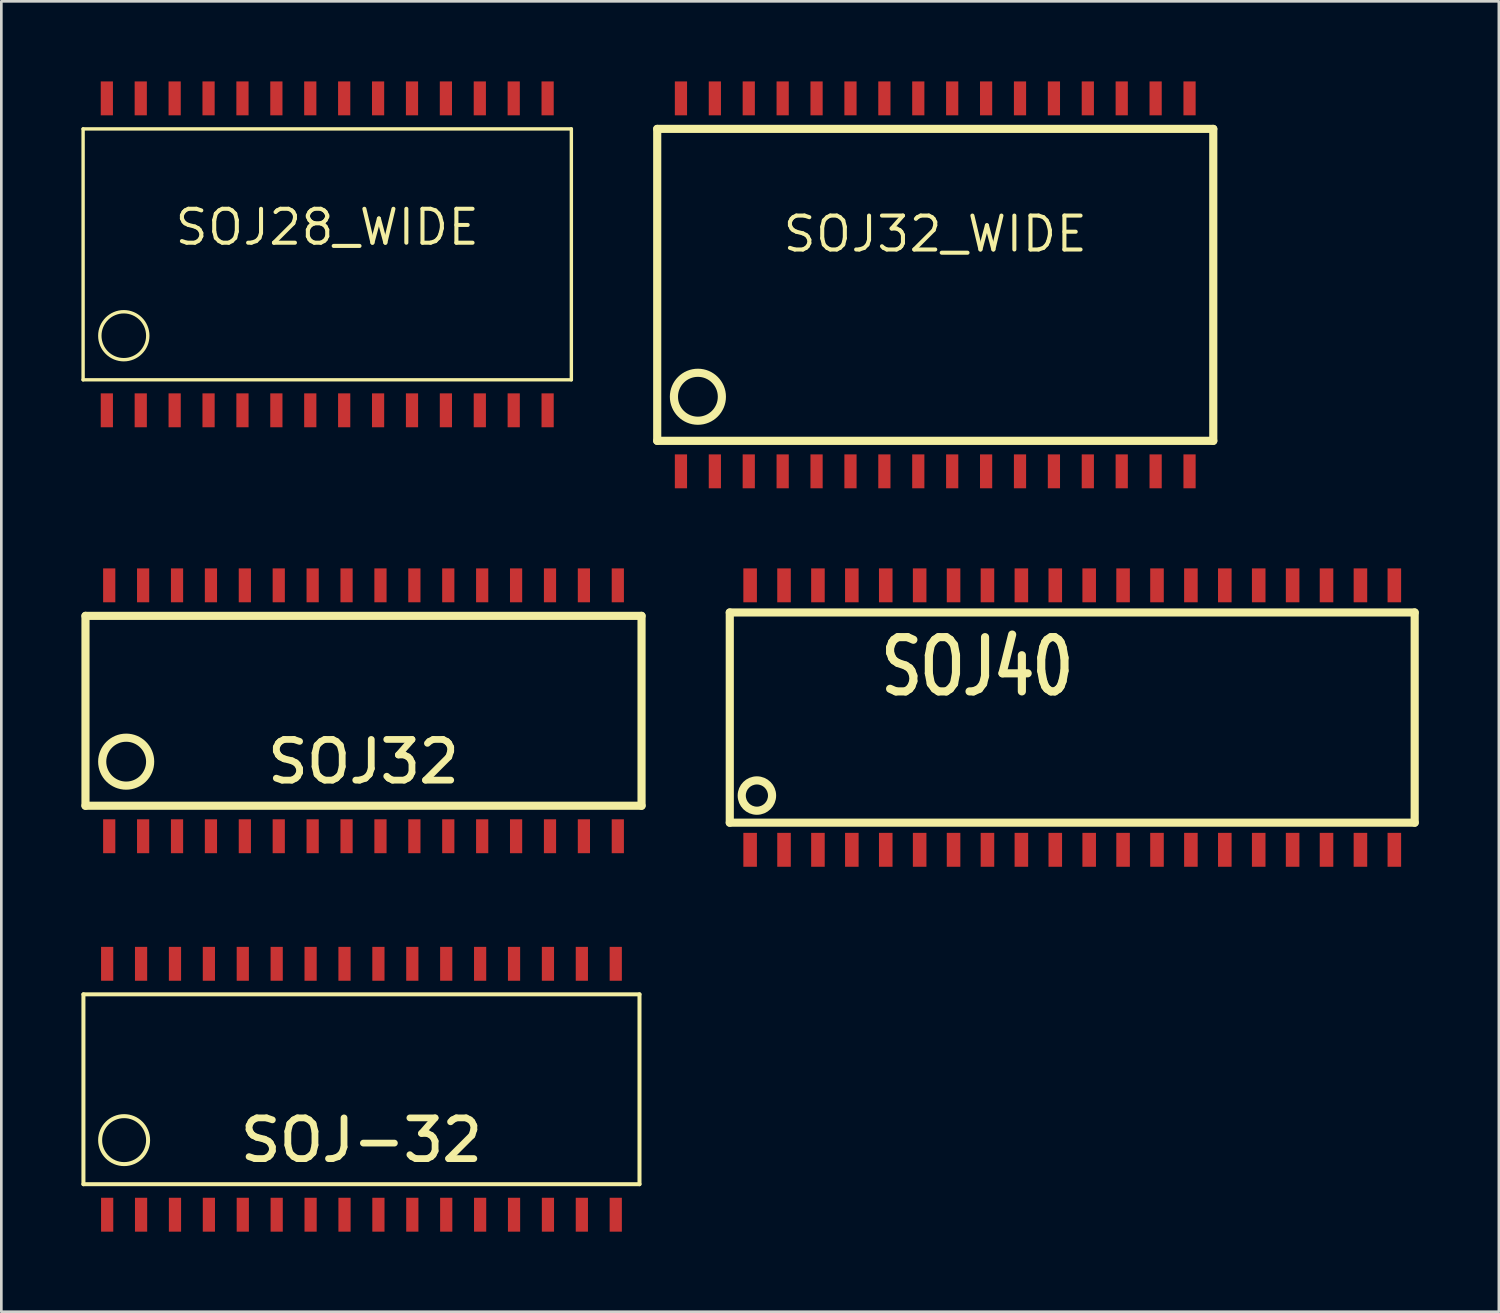
<source format=kicad_pcb>
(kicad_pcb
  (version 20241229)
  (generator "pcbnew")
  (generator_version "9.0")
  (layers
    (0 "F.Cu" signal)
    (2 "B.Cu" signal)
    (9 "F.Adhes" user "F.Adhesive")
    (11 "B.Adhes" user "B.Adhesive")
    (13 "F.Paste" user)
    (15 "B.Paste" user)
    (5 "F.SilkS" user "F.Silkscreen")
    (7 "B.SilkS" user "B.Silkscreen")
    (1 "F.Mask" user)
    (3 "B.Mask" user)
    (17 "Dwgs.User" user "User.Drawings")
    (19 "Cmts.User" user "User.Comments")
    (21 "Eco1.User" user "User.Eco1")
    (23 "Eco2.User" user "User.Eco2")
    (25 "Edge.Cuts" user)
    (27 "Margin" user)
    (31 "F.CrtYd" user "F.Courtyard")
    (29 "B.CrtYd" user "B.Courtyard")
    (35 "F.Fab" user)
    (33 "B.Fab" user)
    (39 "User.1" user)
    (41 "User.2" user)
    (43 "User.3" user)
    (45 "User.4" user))
  (footprint "SOJ32_WIDE"
    (layer "F.Cu")
    (at 31.981 7.62)
    (property "Reference" "SOJ32_WIDE" (at 0 -1.905 0) (layer "F.SilkS") (effects (font (size 1.27 1.27) (thickness 0.152))))
    (attr smd)
    (fp_line (start -10.414 -5.842) (end 10.414 -5.842) (stroke (width 0.305) (type solid)) (layer "F.SilkS"))
    (fp_line (start -10.414 5.842) (end -10.414 -5.842) (stroke (width 0.305) (type solid)) (layer "F.SilkS"))
    (fp_line (start 10.414 -5.842) (end 10.414 5.842) (stroke (width 0.305) (type solid)) (layer "F.SilkS"))
    (fp_line (start 10.414 5.842) (end -10.414 5.842) (stroke (width 0.305) (type solid)) (layer "F.SilkS"))
    (fp_circle (center -8.89 4.191) (end -9.525 3.556) (stroke (width 0.305) (type solid)) (fill no) (layer "F.SilkS"))
    (pad "1" smd rect (at -9.525 6.985) (size 0.457 1.27) (layers "F.Cu" "F.Mask" "F.Paste"))
    (pad "2" smd rect (at -8.255 6.985) (size 0.457 1.27) (layers "F.Cu" "F.Mask" "F.Paste"))
    (pad "3" smd rect (at -6.985 6.985) (size 0.457 1.27) (layers "F.Cu" "F.Mask" "F.Paste"))
    (pad "4" smd rect (at -5.715 6.985) (size 0.457 1.27) (layers "F.Cu" "F.Mask" "F.Paste"))
    (pad "5" smd rect (at -4.445 6.985) (size 0.457 1.27) (layers "F.Cu" "F.Mask" "F.Paste"))
    (pad "6" smd rect (at -3.175 6.985) (size 0.457 1.27) (layers "F.Cu" "F.Mask" "F.Paste"))
    (pad "7" smd rect (at -1.905 6.985) (size 0.457 1.27) (layers "F.Cu" "F.Mask" "F.Paste"))
    (pad "8" smd rect (at -0.635 6.985) (size 0.457 1.27) (layers "F.Cu" "F.Mask" "F.Paste"))
    (pad "9" smd rect (at 0.635 6.985) (size 0.457 1.27) (layers "F.Cu" "F.Mask" "F.Paste"))
    (pad "10" smd rect (at 1.905 6.985) (size 0.457 1.27) (layers "F.Cu" "F.Mask" "F.Paste"))
    (pad "11" smd rect (at 3.175 6.985) (size 0.457 1.27) (layers "F.Cu" "F.Mask" "F.Paste"))
    (pad "12" smd rect (at 4.445 6.985) (size 0.457 1.27) (layers "F.Cu" "F.Mask" "F.Paste"))
    (pad "13" smd rect (at 5.715 6.985) (size 0.457 1.27) (layers "F.Cu" "F.Mask" "F.Paste"))
    (pad "14" smd rect (at 6.985 6.985) (size 0.457 1.27) (layers "F.Cu" "F.Mask" "F.Paste"))
    (pad "15" smd rect (at 8.255 6.985) (size 0.457 1.27) (layers "F.Cu" "F.Mask" "F.Paste"))
    (pad "16" smd rect (at 9.525 6.985) (size 0.457 1.27) (layers "F.Cu" "F.Mask" "F.Paste"))
    (pad "17" smd rect (at 9.525 -6.985) (size 0.457 1.27) (layers "F.Cu" "F.Mask" "F.Paste"))
    (pad "18" smd rect (at 8.255 -6.985) (size 0.457 1.27) (layers "F.Cu" "F.Mask" "F.Paste"))
    (pad "19" smd rect (at 6.985 -6.985) (size 0.457 1.27) (layers "F.Cu" "F.Mask" "F.Paste"))
    (pad "20" smd rect (at 5.715 -6.985) (size 0.457 1.27) (layers "F.Cu" "F.Mask" "F.Paste"))
    (pad "21" smd rect (at 4.445 -6.985) (size 0.457 1.27) (layers "F.Cu" "F.Mask" "F.Paste"))
    (pad "22" smd rect (at 3.175 -6.985) (size 0.457 1.27) (layers "F.Cu" "F.Mask" "F.Paste"))
    (pad "23" smd rect (at 1.905 -6.985) (size 0.457 1.27) (layers "F.Cu" "F.Mask" "F.Paste"))
    (pad "24" smd rect (at 0.635 -6.985) (size 0.457 1.27) (layers "F.Cu" "F.Mask" "F.Paste"))
    (pad "25" smd rect (at -0.635 -6.985) (size 0.457 1.27) (layers "F.Cu" "F.Mask" "F.Paste"))
    (pad "26" smd rect (at -1.905 -6.985) (size 0.457 1.27) (layers "F.Cu" "F.Mask" "F.Paste"))
    (pad "27" smd rect (at -3.175 -6.985) (size 0.457 1.27) (layers "F.Cu" "F.Mask" "F.Paste"))
    (pad "28" smd rect (at -4.445 -6.985) (size 0.457 1.27) (layers "F.Cu" "F.Mask" "F.Paste"))
    (pad "29" smd rect (at -5.715 -6.985) (size 0.457 1.27) (layers "F.Cu" "F.Mask" "F.Paste"))
    (pad "30" smd rect (at -6.985 -6.985) (size 0.457 1.27) (layers "F.Cu" "F.Mask" "F.Paste"))
    (pad "31" smd rect (at -8.255 -6.985) (size 0.457 1.27) (layers "F.Cu" "F.Mask" "F.Paste"))
    (pad "32" smd rect (at -9.525 -6.985) (size 0.457 1.27) (layers "F.Cu" "F.Mask" "F.Paste")))
  (footprint "SOJ40"
    (layer "F.Cu")
    (at 37.112 23.701)
    (property "Reference" "SOJ40" (at -3.556 -1.778 0) (layer "F.SilkS") (effects (font (size 2.032 1.524) (thickness 0.305))))
    (attr smd)
    (fp_line (start -12.827 -3.81) (end 12.827 -3.81) (stroke (width 0.305) (type solid)) (layer "F.SilkS"))
    (fp_line (start -12.827 4.064) (end -12.827 -3.81) (stroke (width 0.305) (type solid)) (layer "F.SilkS"))
    (fp_line (start 12.827 -3.81) (end 12.827 4.064) (stroke (width 0.305) (type solid)) (layer "F.SilkS"))
    (fp_line (start 12.827 4.064) (end -12.827 4.064) (stroke (width 0.305) (type solid)) (layer "F.SilkS"))
    (fp_circle (center -11.811 3.048) (end -11.303 2.794) (stroke (width 0.305) (type solid)) (fill no) (layer "F.SilkS"))
    (pad "1" smd rect (at -12.065 5.08) (size 0.508 1.27) (layers "F.Cu" "F.Mask" "F.Paste"))
    (pad "2" smd rect (at -10.795 5.08) (size 0.508 1.27) (layers "F.Cu" "F.Mask" "F.Paste"))
    (pad "3" smd rect (at -9.525 5.08) (size 0.508 1.27) (layers "F.Cu" "F.Mask" "F.Paste"))
    (pad "4" smd rect (at -8.255 5.08) (size 0.508 1.27) (layers "F.Cu" "F.Mask" "F.Paste"))
    (pad "5" smd rect (at -6.985 5.08) (size 0.508 1.27) (layers "F.Cu" "F.Mask" "F.Paste"))
    (pad "6" smd rect (at -5.715 5.08) (size 0.508 1.27) (layers "F.Cu" "F.Mask" "F.Paste"))
    (pad "7" smd rect (at -4.445 5.08) (size 0.508 1.27) (layers "F.Cu" "F.Mask" "F.Paste"))
    (pad "8" smd rect (at -3.175 5.08) (size 0.508 1.27) (layers "F.Cu" "F.Mask" "F.Paste"))
    (pad "9" smd rect (at -1.905 5.08) (size 0.508 1.27) (layers "F.Cu" "F.Mask" "F.Paste"))
    (pad "10" smd rect (at -0.635 5.08) (size 0.508 1.27) (layers "F.Cu" "F.Mask" "F.Paste"))
    (pad "11" smd rect (at 0.635 5.08) (size 0.508 1.27) (layers "F.Cu" "F.Mask" "F.Paste"))
    (pad "12" smd rect (at 1.905 5.08) (size 0.508 1.27) (layers "F.Cu" "F.Mask" "F.Paste"))
    (pad "13" smd rect (at 3.175 5.08) (size 0.508 1.27) (layers "F.Cu" "F.Mask" "F.Paste"))
    (pad "14" smd rect (at 4.445 5.08) (size 0.508 1.27) (layers "F.Cu" "F.Mask" "F.Paste"))
    (pad "15" smd rect (at 5.715 5.08) (size 0.508 1.27) (layers "F.Cu" "F.Mask" "F.Paste"))
    (pad "16" smd rect (at 6.985 5.08) (size 0.508 1.27) (layers "F.Cu" "F.Mask" "F.Paste"))
    (pad "17" smd rect (at 8.255 5.08) (size 0.508 1.27) (layers "F.Cu" "F.Mask" "F.Paste"))
    (pad "18" smd rect (at 9.525 5.08) (size 0.508 1.27) (layers "F.Cu" "F.Mask" "F.Paste"))
    (pad "19" smd rect (at 10.795 5.08) (size 0.508 1.27) (layers "F.Cu" "F.Mask" "F.Paste"))
    (pad "20" smd rect (at 12.065 5.08) (size 0.508 1.27) (layers "F.Cu" "F.Mask" "F.Paste"))
    (pad "21" smd rect (at 12.065 -4.826) (size 0.508 1.27) (layers "F.Cu" "F.Mask" "F.Paste"))
    (pad "22" smd rect (at 10.795 -4.826) (size 0.508 1.27) (layers "F.Cu" "F.Mask" "F.Paste"))
    (pad "23" smd rect (at 9.525 -4.826) (size 0.508 1.27) (layers "F.Cu" "F.Mask" "F.Paste"))
    (pad "24" smd rect (at 8.255 -4.826) (size 0.508 1.27) (layers "F.Cu" "F.Mask" "F.Paste"))
    (pad "25" smd rect (at 6.985 -4.826) (size 0.508 1.27) (layers "F.Cu" "F.Mask" "F.Paste"))
    (pad "26" smd rect (at 5.715 -4.826) (size 0.508 1.27) (layers "F.Cu" "F.Mask" "F.Paste"))
    (pad "27" smd rect (at 4.445 -4.826) (size 0.508 1.27) (layers "F.Cu" "F.Mask" "F.Paste"))
    (pad "28" smd rect (at 3.175 -4.826) (size 0.508 1.27) (layers "F.Cu" "F.Mask" "F.Paste"))
    (pad "29" smd rect (at 1.905 -4.826) (size 0.508 1.27) (layers "F.Cu" "F.Mask" "F.Paste"))
    (pad "30" smd rect (at 0.635 -4.826) (size 0.508 1.27) (layers "F.Cu" "F.Mask" "F.Paste"))
    (pad "31" smd rect (at -0.635 -4.826) (size 0.508 1.27) (layers "F.Cu" "F.Mask" "F.Paste"))
    (pad "32" smd rect (at -1.905 -4.826) (size 0.508 1.27) (layers "F.Cu" "F.Mask" "F.Paste"))
    (pad "33" smd rect (at -3.175 -4.826) (size 0.508 1.27) (layers "F.Cu" "F.Mask" "F.Paste"))
    (pad "34" smd rect (at -4.445 -4.826) (size 0.508 1.27) (layers "F.Cu" "F.Mask" "F.Paste"))
    (pad "35" smd rect (at -5.715 -4.826) (size 0.508 1.27) (layers "F.Cu" "F.Mask" "F.Paste"))
    (pad "36" smd rect (at -6.985 -4.826) (size 0.508 1.27) (layers "F.Cu" "F.Mask" "F.Paste"))
    (pad "37" smd rect (at -8.255 -4.826) (size 0.508 1.27) (layers "F.Cu" "F.Mask" "F.Paste"))
    (pad "38" smd rect (at -9.525 -4.826) (size 0.508 1.27) (layers "F.Cu" "F.Mask" "F.Paste"))
    (pad "39" smd rect (at -10.795 -4.826) (size 0.508 1.27) (layers "F.Cu" "F.Mask" "F.Paste"))
    (pad "40" smd rect (at -12.065 -4.826) (size 0.508 1.27) (layers "F.Cu" "F.Mask" "F.Paste")))
  (footprint "SOJ32"
    (layer "F.Cu")
    (at 10.566 23.574)
    (property "Reference" "SOJ32" (at 0 1.905 0) (layer "F.SilkS") (effects (font (size 1.524 1.524) (thickness 0.254))))
    (attr smd)
    (fp_line (start -10.414 -3.556) (end 10.414 -3.556) (stroke (width 0.305) (type solid)) (layer "F.SilkS"))
    (fp_line (start -10.414 3.556) (end -10.414 -3.556) (stroke (width 0.305) (type solid)) (layer "F.SilkS"))
    (fp_line (start 10.414 -3.556) (end 10.414 3.556) (stroke (width 0.305) (type solid)) (layer "F.SilkS"))
    (fp_line (start 10.414 3.556) (end -10.414 3.556) (stroke (width 0.305) (type solid)) (layer "F.SilkS"))
    (fp_circle (center -8.89 1.905) (end -9.525 1.27) (stroke (width 0.305) (type solid)) (fill no) (layer "F.SilkS"))
    (pad "1" smd rect (at -9.525 4.699) (size 0.457 1.27) (layers "F.Cu" "F.Mask" "F.Paste"))
    (pad "2" smd rect (at -8.255 4.699) (size 0.457 1.27) (layers "F.Cu" "F.Mask" "F.Paste"))
    (pad "3" smd rect (at -6.985 4.699) (size 0.457 1.27) (layers "F.Cu" "F.Mask" "F.Paste"))
    (pad "4" smd rect (at -5.715 4.699) (size 0.457 1.27) (layers "F.Cu" "F.Mask" "F.Paste"))
    (pad "5" smd rect (at -4.445 4.699) (size 0.457 1.27) (layers "F.Cu" "F.Mask" "F.Paste"))
    (pad "6" smd rect (at -3.175 4.699) (size 0.457 1.27) (layers "F.Cu" "F.Mask" "F.Paste"))
    (pad "7" smd rect (at -1.905 4.699) (size 0.457 1.27) (layers "F.Cu" "F.Mask" "F.Paste"))
    (pad "8" smd rect (at -0.635 4.699) (size 0.457 1.27) (layers "F.Cu" "F.Mask" "F.Paste"))
    (pad "9" smd rect (at 0.635 4.699) (size 0.457 1.27) (layers "F.Cu" "F.Mask" "F.Paste"))
    (pad "10" smd rect (at 1.905 4.699) (size 0.457 1.27) (layers "F.Cu" "F.Mask" "F.Paste"))
    (pad "11" smd rect (at 3.175 4.699) (size 0.457 1.27) (layers "F.Cu" "F.Mask" "F.Paste"))
    (pad "12" smd rect (at 4.445 4.699) (size 0.457 1.27) (layers "F.Cu" "F.Mask" "F.Paste"))
    (pad "13" smd rect (at 5.715 4.699) (size 0.457 1.27) (layers "F.Cu" "F.Mask" "F.Paste"))
    (pad "14" smd rect (at 6.985 4.699) (size 0.457 1.27) (layers "F.Cu" "F.Mask" "F.Paste"))
    (pad "15" smd rect (at 8.255 4.699) (size 0.457 1.27) (layers "F.Cu" "F.Mask" "F.Paste"))
    (pad "16" smd rect (at 9.525 4.699) (size 0.457 1.27) (layers "F.Cu" "F.Mask" "F.Paste"))
    (pad "17" smd rect (at 9.525 -4.699) (size 0.457 1.27) (layers "F.Cu" "F.Mask" "F.Paste"))
    (pad "18" smd rect (at 8.255 -4.699) (size 0.457 1.27) (layers "F.Cu" "F.Mask" "F.Paste"))
    (pad "19" smd rect (at 6.985 -4.699) (size 0.457 1.27) (layers "F.Cu" "F.Mask" "F.Paste"))
    (pad "20" smd rect (at 5.715 -4.699) (size 0.457 1.27) (layers "F.Cu" "F.Mask" "F.Paste"))
    (pad "21" smd rect (at 4.445 -4.699) (size 0.457 1.27) (layers "F.Cu" "F.Mask" "F.Paste"))
    (pad "22" smd rect (at 3.175 -4.699) (size 0.457 1.27) (layers "F.Cu" "F.Mask" "F.Paste"))
    (pad "23" smd rect (at 1.905 -4.699) (size 0.457 1.27) (layers "F.Cu" "F.Mask" "F.Paste"))
    (pad "24" smd rect (at 0.635 -4.699) (size 0.457 1.27) (layers "F.Cu" "F.Mask" "F.Paste"))
    (pad "25" smd rect (at -0.635 -4.699) (size 0.457 1.27) (layers "F.Cu" "F.Mask" "F.Paste"))
    (pad "26" smd rect (at -1.905 -4.699) (size 0.457 1.27) (layers "F.Cu" "F.Mask" "F.Paste"))
    (pad "27" smd rect (at -3.175 -4.699) (size 0.457 1.27) (layers "F.Cu" "F.Mask" "F.Paste"))
    (pad "28" smd rect (at -4.445 -4.699) (size 0.457 1.27) (layers "F.Cu" "F.Mask" "F.Paste"))
    (pad "29" smd rect (at -5.715 -4.699) (size 0.457 1.27) (layers "F.Cu" "F.Mask" "F.Paste"))
    (pad "30" smd rect (at -6.985 -4.699) (size 0.457 1.27) (layers "F.Cu" "F.Mask" "F.Paste"))
    (pad "31" smd rect (at -8.255 -4.699) (size 0.457 1.27) (layers "F.Cu" "F.Mask" "F.Paste"))
    (pad "32" smd rect (at -9.525 -4.699) (size 0.457 1.27) (layers "F.Cu" "F.Mask" "F.Paste")))
  (footprint "SOJ28_WIDE"
    (layer "F.Cu")
    (at 9.207 6.477)
    (property "Reference" "SOJ28_WIDE" (at 0 -1.016 0) (layer "F.SilkS") (effects (font (size 1.27 1.27) (thickness 0.152))))
    (attr smd)
    (fp_line (start -9.144 -4.699) (end -9.144 4.699) (stroke (width 0.127) (type solid)) (layer "F.SilkS"))
    (fp_line (start -9.144 -4.699) (end 9.144 -4.699) (stroke (width 0.127) (type solid)) (layer "F.SilkS"))
    (fp_line (start 9.144 4.699) (end -9.144 4.699) (stroke (width 0.127) (type solid)) (layer "F.SilkS"))
    (fp_line (start 9.144 4.699) (end 9.144 -4.699) (stroke (width 0.127) (type solid)) (layer "F.SilkS"))
    (fp_circle (center -7.62 3.048) (end -8.255 2.413) (stroke (width 0.127) (type solid)) (fill no) (layer "F.SilkS"))
    (pad "1" smd rect (at -8.255 5.842) (size 0.457 1.27) (layers "F.Cu" "F.Mask" "F.Paste"))
    (pad "2" smd rect (at -6.985 5.842) (size 0.457 1.27) (layers "F.Cu" "F.Mask" "F.Paste"))
    (pad "3" smd rect (at -5.715 5.842) (size 0.457 1.27) (layers "F.Cu" "F.Mask" "F.Paste"))
    (pad "4" smd rect (at -4.445 5.842) (size 0.457 1.27) (layers "F.Cu" "F.Mask" "F.Paste"))
    (pad "5" smd rect (at -3.175 5.842) (size 0.457 1.27) (layers "F.Cu" "F.Mask" "F.Paste"))
    (pad "6" smd rect (at -1.905 5.842) (size 0.457 1.27) (layers "F.Cu" "F.Mask" "F.Paste"))
    (pad "7" smd rect (at -0.635 5.842) (size 0.457 1.27) (layers "F.Cu" "F.Mask" "F.Paste"))
    (pad "8" smd rect (at 0.635 5.842) (size 0.457 1.27) (layers "F.Cu" "F.Mask" "F.Paste"))
    (pad "9" smd rect (at 1.905 5.842) (size 0.457 1.27) (layers "F.Cu" "F.Mask" "F.Paste"))
    (pad "10" smd rect (at 3.175 5.842) (size 0.457 1.27) (layers "F.Cu" "F.Mask" "F.Paste"))
    (pad "11" smd rect (at 4.445 5.842) (size 0.457 1.27) (layers "F.Cu" "F.Mask" "F.Paste"))
    (pad "12" smd rect (at 5.715 5.842) (size 0.457 1.27) (layers "F.Cu" "F.Mask" "F.Paste"))
    (pad "13" smd rect (at 6.985 5.842) (size 0.457 1.27) (layers "F.Cu" "F.Mask" "F.Paste"))
    (pad "14" smd rect (at 8.255 5.842) (size 0.457 1.27) (layers "F.Cu" "F.Mask" "F.Paste"))
    (pad "15" smd rect (at 8.255 -5.842) (size 0.457 1.27) (layers "F.Cu" "F.Mask" "F.Paste"))
    (pad "16" smd rect (at 6.985 -5.842) (size 0.457 1.27) (layers "F.Cu" "F.Mask" "F.Paste"))
    (pad "17" smd rect (at 5.715 -5.842) (size 0.457 1.27) (layers "F.Cu" "F.Mask" "F.Paste"))
    (pad "18" smd rect (at 4.445 -5.842) (size 0.457 1.27) (layers "F.Cu" "F.Mask" "F.Paste"))
    (pad "19" smd rect (at 3.175 -5.842) (size 0.457 1.27) (layers "F.Cu" "F.Mask" "F.Paste"))
    (pad "20" smd rect (at 1.905 -5.842) (size 0.457 1.27) (layers "F.Cu" "F.Mask" "F.Paste"))
    (pad "21" smd rect (at 0.635 -5.842) (size 0.457 1.27) (layers "F.Cu" "F.Mask" "F.Paste"))
    (pad "22" smd rect (at -0.635 -5.842) (size 0.457 1.27) (layers "F.Cu" "F.Mask" "F.Paste"))
    (pad "23" smd rect (at -1.905 -5.842) (size 0.457 1.27) (layers "F.Cu" "F.Mask" "F.Paste"))
    (pad "24" smd rect (at -3.175 -5.842) (size 0.457 1.27) (layers "F.Cu" "F.Mask" "F.Paste"))
    (pad "25" smd rect (at -4.445 -5.842) (size 0.457 1.27) (layers "F.Cu" "F.Mask" "F.Paste"))
    (pad "26" smd rect (at -5.715 -5.842) (size 0.457 1.27) (layers "F.Cu" "F.Mask" "F.Paste"))
    (pad "27" smd rect (at -6.985 -5.842) (size 0.457 1.27) (layers "F.Cu" "F.Mask" "F.Paste"))
    (pad "28" smd rect (at -8.255 -5.842) (size 0.457 1.27) (layers "F.Cu" "F.Mask" "F.Paste")))
  (footprint "SOJ-32"
    (layer "F.Cu")
    (at 10.489 37.75)
    (property "Reference" "SOJ-32" (at 0 1.905 0) (layer "F.SilkS") (effects (font (size 1.524 1.524) (thickness 0.254))))
    (attr smd)
    (fp_line (start -10.414 -3.556) (end 10.414 -3.556) (stroke (width 0.15) (type solid)) (layer "F.SilkS"))
    (fp_line (start -10.414 3.556) (end -10.414 -3.556) (stroke (width 0.15) (type solid)) (layer "F.SilkS"))
    (fp_line (start 10.414 -3.556) (end 10.414 3.556) (stroke (width 0.15) (type solid)) (layer "F.SilkS"))
    (fp_line (start 10.414 3.556) (end -10.414 3.556) (stroke (width 0.15) (type solid)) (layer "F.SilkS"))
    (fp_circle (center -8.89 1.905) (end -9.525 1.27) (stroke (width 0.15) (type solid)) (fill no) (layer "F.SilkS"))
    (pad "1" smd rect (at -9.525 4.699) (size 0.457 1.27) (layers "F.Cu" "F.Mask" "F.Paste"))
    (pad "2" smd rect (at -8.255 4.699) (size 0.457 1.27) (layers "F.Cu" "F.Mask" "F.Paste"))
    (pad "3" smd rect (at -6.985 4.699) (size 0.457 1.27) (layers "F.Cu" "F.Mask" "F.Paste"))
    (pad "4" smd rect (at -5.715 4.699) (size 0.457 1.27) (layers "F.Cu" "F.Mask" "F.Paste"))
    (pad "5" smd rect (at -4.445 4.699) (size 0.457 1.27) (layers "F.Cu" "F.Mask" "F.Paste"))
    (pad "6" smd rect (at -3.175 4.699) (size 0.457 1.27) (layers "F.Cu" "F.Mask" "F.Paste"))
    (pad "7" smd rect (at -1.905 4.699) (size 0.457 1.27) (layers "F.Cu" "F.Mask" "F.Paste"))
    (pad "8" smd rect (at -0.635 4.699) (size 0.457 1.27) (layers "F.Cu" "F.Mask" "F.Paste"))
    (pad "9" smd rect (at 0.635 4.699) (size 0.457 1.27) (layers "F.Cu" "F.Mask" "F.Paste"))
    (pad "10" smd rect (at 1.905 4.699) (size 0.457 1.27) (layers "F.Cu" "F.Mask" "F.Paste"))
    (pad "11" smd rect (at 3.175 4.699) (size 0.457 1.27) (layers "F.Cu" "F.Mask" "F.Paste"))
    (pad "12" smd rect (at 4.445 4.699) (size 0.457 1.27) (layers "F.Cu" "F.Mask" "F.Paste"))
    (pad "13" smd rect (at 5.715 4.699) (size 0.457 1.27) (layers "F.Cu" "F.Mask" "F.Paste"))
    (pad "14" smd rect (at 6.985 4.699) (size 0.457 1.27) (layers "F.Cu" "F.Mask" "F.Paste"))
    (pad "15" smd rect (at 8.255 4.699) (size 0.457 1.27) (layers "F.Cu" "F.Mask" "F.Paste"))
    (pad "16" smd rect (at 9.525 4.699) (size 0.457 1.27) (layers "F.Cu" "F.Mask" "F.Paste"))
    (pad "17" smd rect (at 9.525 -4.699) (size 0.457 1.27) (layers "F.Cu" "F.Mask" "F.Paste"))
    (pad "18" smd rect (at 8.255 -4.699) (size 0.457 1.27) (layers "F.Cu" "F.Mask" "F.Paste"))
    (pad "19" smd rect (at 6.985 -4.699) (size 0.457 1.27) (layers "F.Cu" "F.Mask" "F.Paste"))
    (pad "20" smd rect (at 5.715 -4.699) (size 0.457 1.27) (layers "F.Cu" "F.Mask" "F.Paste"))
    (pad "21" smd rect (at 4.445 -4.699) (size 0.457 1.27) (layers "F.Cu" "F.Mask" "F.Paste"))
    (pad "22" smd rect (at 3.175 -4.699) (size 0.457 1.27) (layers "F.Cu" "F.Mask" "F.Paste"))
    (pad "23" smd rect (at 1.905 -4.699) (size 0.457 1.27) (layers "F.Cu" "F.Mask" "F.Paste"))
    (pad "24" smd rect (at 0.635 -4.699) (size 0.457 1.27) (layers "F.Cu" "F.Mask" "F.Paste"))
    (pad "25" smd rect (at -0.635 -4.699) (size 0.457 1.27) (layers "F.Cu" "F.Mask" "F.Paste"))
    (pad "26" smd rect (at -1.905 -4.699) (size 0.457 1.27) (layers "F.Cu" "F.Mask" "F.Paste"))
    (pad "27" smd rect (at -3.175 -4.699) (size 0.457 1.27) (layers "F.Cu" "F.Mask" "F.Paste"))
    (pad "28" smd rect (at -4.445 -4.699) (size 0.457 1.27) (layers "F.Cu" "F.Mask" "F.Paste"))
    (pad "29" smd rect (at -5.715 -4.699) (size 0.457 1.27) (layers "F.Cu" "F.Mask" "F.Paste"))
    (pad "30" smd rect (at -6.985 -4.699) (size 0.457 1.27) (layers "F.Cu" "F.Mask" "F.Paste"))
    (pad "31" smd rect (at -8.255 -4.699) (size 0.457 1.27) (layers "F.Cu" "F.Mask" "F.Paste"))
    (pad "32" smd rect (at -9.525 -4.699) (size 0.457 1.27) (layers "F.Cu" "F.Mask" "F.Paste")))
  (gr_rect
    (start -3 -3)
    (end 53.092 46.084)
    (stroke (width 0.1) (type default))
    (fill no)
    (layer "Edge.Cuts")))
</source>
